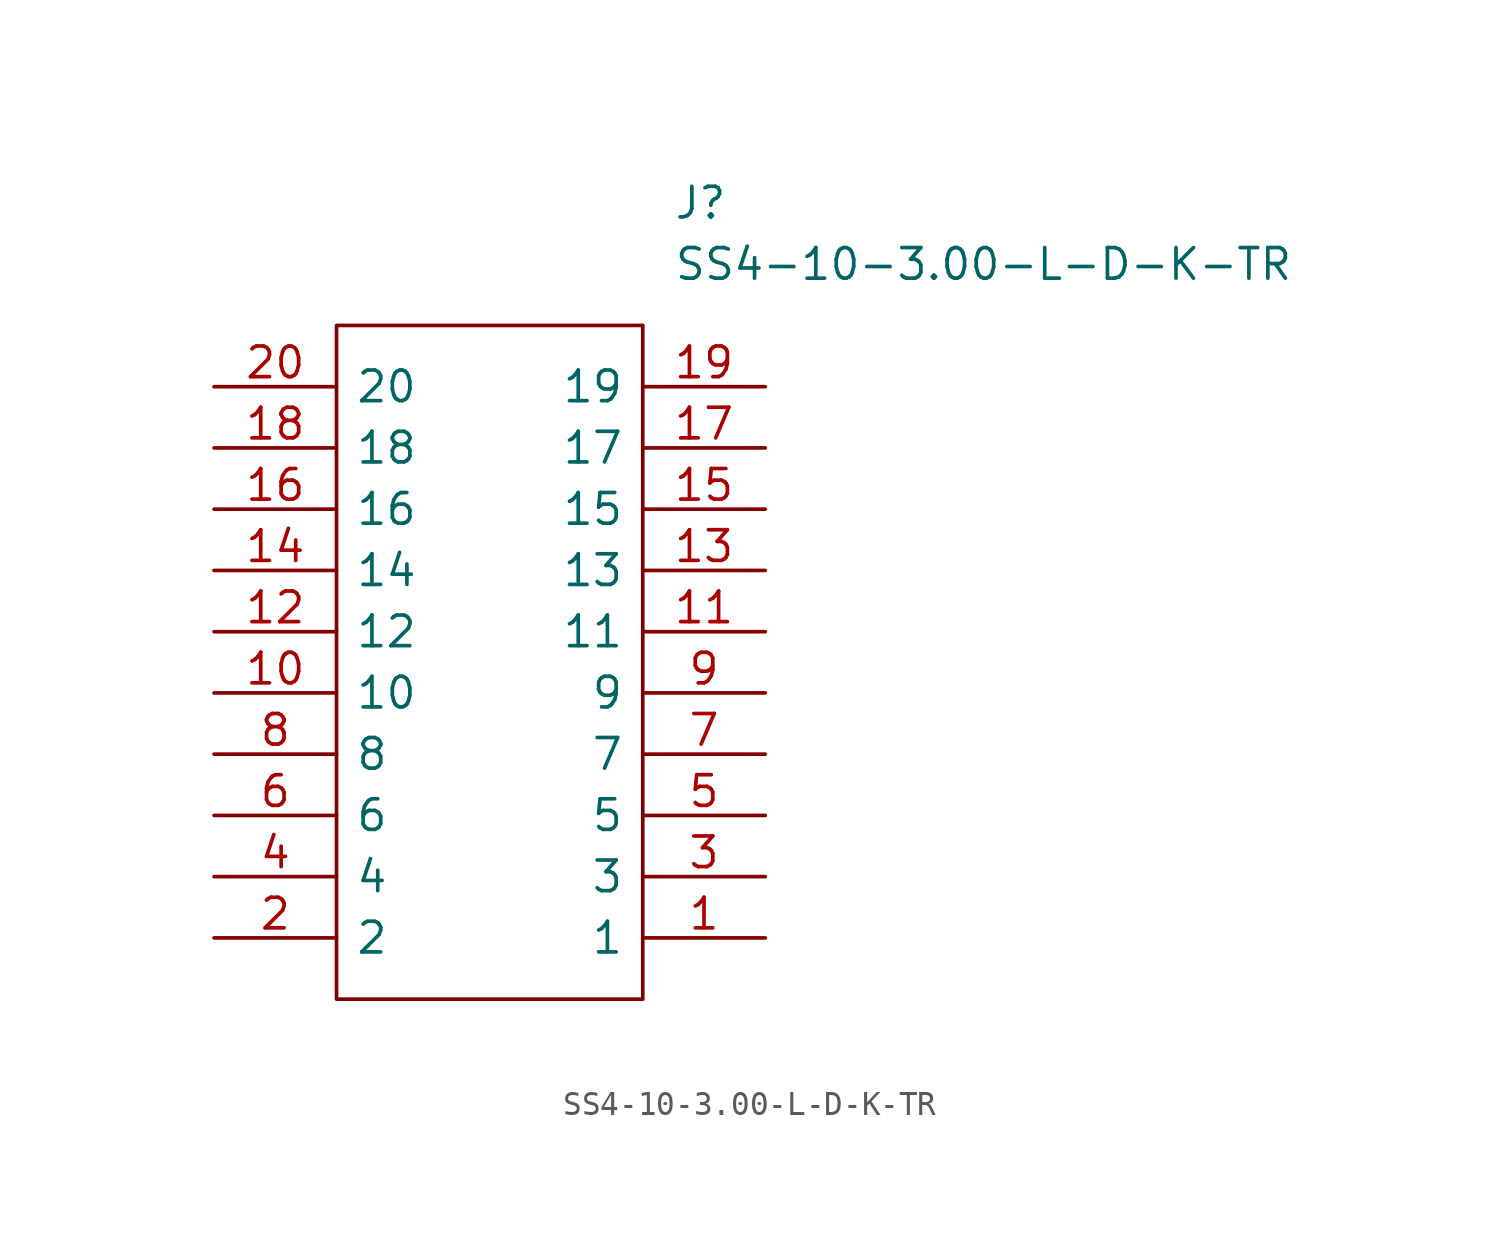
<source format=kicad_sym>
(kicad_symbol_lib
  (version 20220914)
  (generator kicad_symbol_editor)
  (symbol "SS4-10-3.00-L-D-K-TR"
    (pin_names
      (offset 0.762))
    (property "Reference" "J"
      (at 19.05 7.62 0)
      (effects (font (size 1.27 1.27)) (justify left)))
    (property "Value" "SS4-10-3.00-L-D-K-TR"
      (at 19.05 5.08 0)
      (effects (font (size 1.27 1.27)) (justify left)))
    (symbol "SS4-10-3.00-L-D-K-TR_0_0"
      (pin passive line (at 22.86 -22.86 180) (length 5.08) (name "1" (effects (font (size 1.27 1.27)))) (number "1" (effects (font (size 1.27 1.27)))))
      (pin passive line (at 0 -12.7 0) (length 5.08) (name "10" (effects (font (size 1.27 1.27)))) (number "10" (effects (font (size 1.27 1.27)))))
      (pin passive line (at 22.86 -10.16 180) (length 5.08) (name "11" (effects (font (size 1.27 1.27)))) (number "11" (effects (font (size 1.27 1.27)))))
      (pin passive line (at 0 -10.16 0) (length 5.08) (name "12" (effects (font (size 1.27 1.27)))) (number "12" (effects (font (size 1.27 1.27)))))
      (pin passive line (at 22.86 -7.62 180) (length 5.08) (name "13" (effects (font (size 1.27 1.27)))) (number "13" (effects (font (size 1.27 1.27)))))
      (pin passive line (at 0 -7.62 0) (length 5.08) (name "14" (effects (font (size 1.27 1.27)))) (number "14" (effects (font (size 1.27 1.27)))))
      (pin passive line (at 22.86 -5.08 180) (length 5.08) (name "15" (effects (font (size 1.27 1.27)))) (number "15" (effects (font (size 1.27 1.27)))))
      (pin passive line (at 0 -5.08 0) (length 5.08) (name "16" (effects (font (size 1.27 1.27)))) (number "16" (effects (font (size 1.27 1.27)))))
      (pin passive line (at 22.86 -2.54 180) (length 5.08) (name "17" (effects (font (size 1.27 1.27)))) (number "17" (effects (font (size 1.27 1.27)))))
      (pin passive line (at 0 -2.54 0) (length 5.08) (name "18" (effects (font (size 1.27 1.27)))) (number "18" (effects (font (size 1.27 1.27)))))
      (pin passive line (at 22.86 0 180) (length 5.08) (name "19" (effects (font (size 1.27 1.27)))) (number "19" (effects (font (size 1.27 1.27)))))
      (pin passive line (at 0 -22.86 0) (length 5.08) (name "2" (effects (font (size 1.27 1.27)))) (number "2" (effects (font (size 1.27 1.27)))))
      (pin passive line (at 0 0 0) (length 5.08) (name "20" (effects (font (size 1.27 1.27)))) (number "20" (effects (font (size 1.27 1.27)))))
      (pin passive line (at 22.86 -20.32 180) (length 5.08) (name "3" (effects (font (size 1.27 1.27)))) (number "3" (effects (font (size 1.27 1.27)))))
      (pin passive line (at 0 -20.32 0) (length 5.08) (name "4" (effects (font (size 1.27 1.27)))) (number "4" (effects (font (size 1.27 1.27)))))
      (pin passive line (at 22.86 -17.78 180) (length 5.08) (name "5" (effects (font (size 1.27 1.27)))) (number "5" (effects (font (size 1.27 1.27)))))
      (pin passive line (at 0 -17.78 0) (length 5.08) (name "6" (effects (font (size 1.27 1.27)))) (number "6" (effects (font (size 1.27 1.27)))))
      (pin passive line (at 22.86 -15.24 180) (length 5.08) (name "7" (effects (font (size 1.27 1.27)))) (number "7" (effects (font (size 1.27 1.27)))))
      (pin passive line (at 0 -15.24 0) (length 5.08) (name "8" (effects (font (size 1.27 1.27)))) (number "8" (effects (font (size 1.27 1.27)))))
      (pin passive line (at 22.86 -12.7 180) (length 5.08) (name "9" (effects (font (size 1.27 1.27)))) (number "9" (effects (font (size 1.27 1.27))))))
    (symbol "SS4-10-3.00-L-D-K-TR_0_1"
      (polyline (pts (xy 5.08 2.54) (xy 17.78 2.54) (xy 17.78 -25.4) (xy 5.08 -25.4) (xy 5.08 2.54)) (stroke (width 0.152) (type solid)) (fill (type none))))))
</source>
